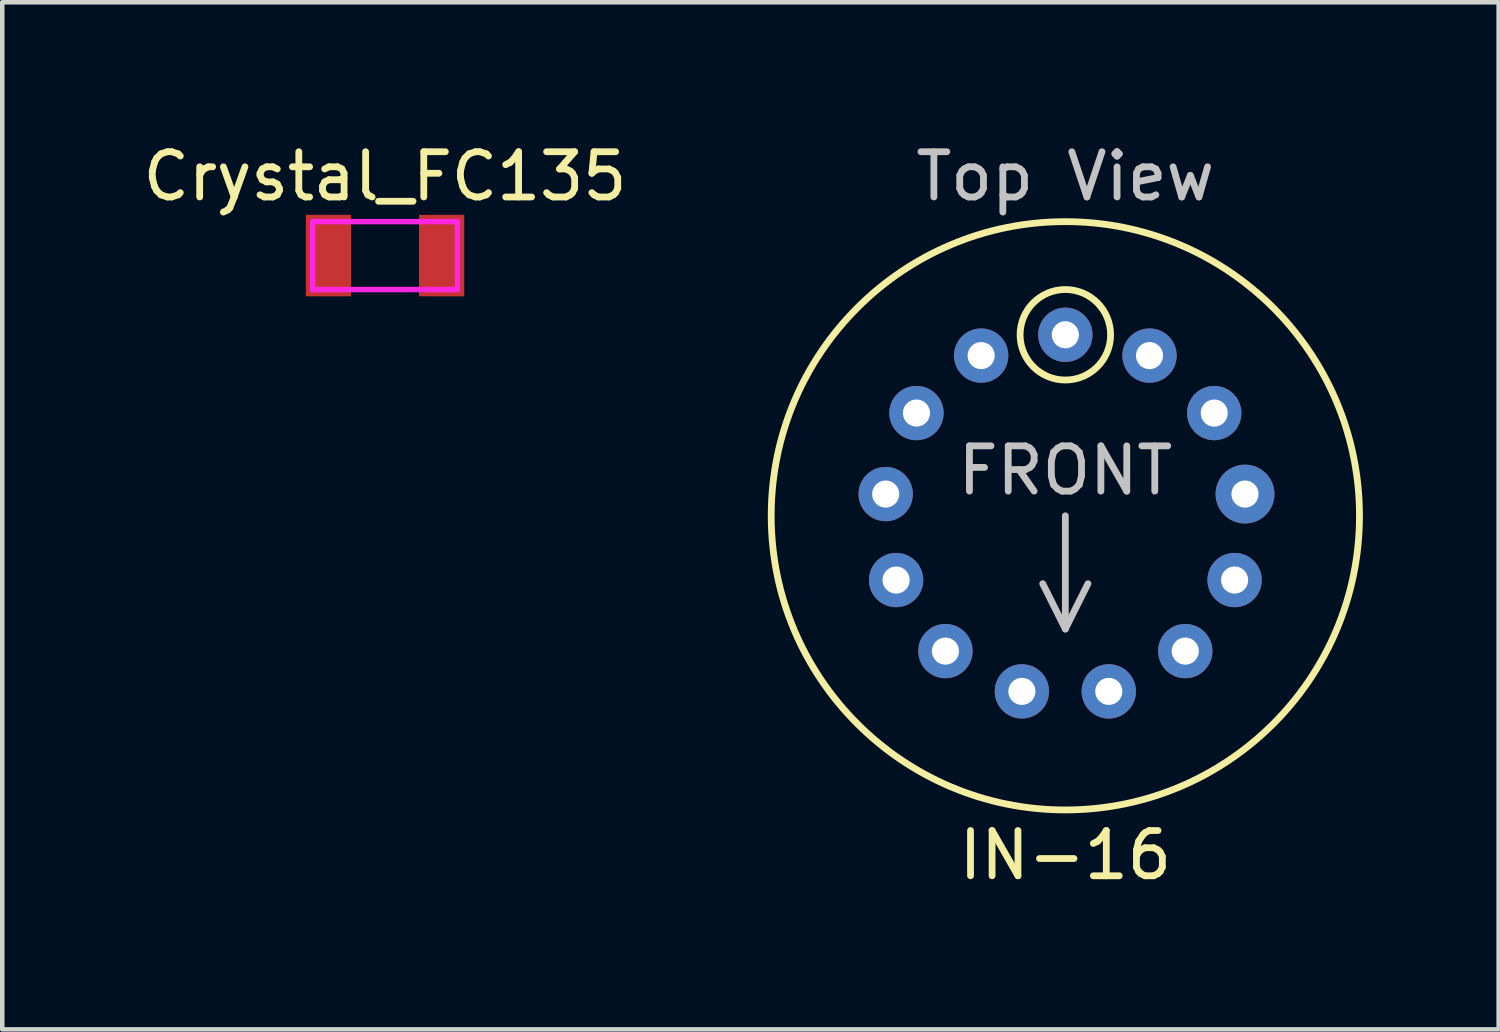
<source format=kicad_pcb>
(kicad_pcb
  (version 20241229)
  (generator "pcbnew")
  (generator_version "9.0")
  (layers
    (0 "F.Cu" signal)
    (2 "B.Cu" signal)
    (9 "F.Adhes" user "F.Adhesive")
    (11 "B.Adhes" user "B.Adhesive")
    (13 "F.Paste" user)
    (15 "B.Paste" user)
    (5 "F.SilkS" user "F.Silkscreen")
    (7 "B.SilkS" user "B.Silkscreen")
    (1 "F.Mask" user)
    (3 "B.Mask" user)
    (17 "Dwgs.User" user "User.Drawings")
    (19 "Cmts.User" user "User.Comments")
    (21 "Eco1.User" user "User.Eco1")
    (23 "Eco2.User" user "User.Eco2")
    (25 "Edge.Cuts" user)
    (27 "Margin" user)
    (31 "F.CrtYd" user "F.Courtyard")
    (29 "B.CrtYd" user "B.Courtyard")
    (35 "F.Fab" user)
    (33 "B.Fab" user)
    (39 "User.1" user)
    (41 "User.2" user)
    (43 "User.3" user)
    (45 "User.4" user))
  (footprint "Crystal_FC135"
    (layer "F.Cu")
    (at 5.458 2.598)
    (property "Reference" "Crystal_FC135" (at 0 -1.75 0) (unlocked yes) (layer "F.SilkS") (effects (font (size 1 1) (thickness 0.15))))
    (attr smd)
    (fp_line (start -1.6 -0.75) (end -1.6 0.75) (stroke (width 0.12) (type solid)) (layer "F.CrtYd"))
    (fp_line (start -1.6 -0.75) (end 1.6 -0.75) (stroke (width 0.12) (type solid)) (layer "F.CrtYd"))
    (fp_line (start 1.6 -0.75) (end 1.6 0.75) (stroke (width 0.12) (type solid)) (layer "F.CrtYd"))
    (fp_line (start 1.6 0.75) (end -1.6 0.75) (stroke (width 0.12) (type solid)) (layer "F.CrtYd"))
    (pad "1" smd rect (at -1.25 0) (size 1 1.8) (layers "F.Cu" "F.Mask" "F.Paste"))
    (pad "2" smd rect (at 1.25 0) (size 1 1.8) (layers "F.Cu" "F.Mask" "F.Paste")))
  (footprint "IN-16"
    (layer "F.Cu")
    (at 20.492 8.348)
    (property "Reference" "IN-16" (at 0 7.5 0) (layer "F.SilkS") (effects (font (size 1 1) (thickness 0.15))))
    (attr through_hole)
    (fp_circle (center 0 -4) (end 0 -3) (stroke (width 0.15) (type solid)) (fill no) (layer "F.SilkS"))
    (fp_circle (center 0 0) (end 6.5 0) (stroke (width 0.15) (type solid)) (fill no) (layer "F.SilkS"))
    (fp_line (start 0 0) (end 0 2.5) (stroke (width 0.15) (type solid)) (layer "Dwgs.User"))
    (fp_line (start 0 2.5) (end -0.5 1.5) (stroke (width 0.15) (type solid)) (layer "Dwgs.User"))
    (fp_line (start 0 2.5) (end 0.5 1.5) (stroke (width 0.15) (type solid)) (layer "Dwgs.User"))
    (fp_text user "Top View" (at 0 -7.5 0) (layer "Dwgs.User") (effects (font (size 1 1) (thickness 0.15))))
    (fp_text user "FRONT" (at 0 -1 0) (layer "Dwgs.User") (effects (font (size 1 1) (thickness 0.15))))
    (pad "1" thru_hole circle (at 0 -4) (size 1.2 1.2) (drill 0.6) (layers "*.Cu" "*.Mask"))
    (pad "2" thru_hole circle (at -1.86 -3.54) (size 1.2 1.2) (drill 0.6) (layers "*.Cu" "*.Mask"))
    (pad "3" thru_hole circle (at -3.29 -2.27) (size 1.2 1.2) (drill 0.6) (layers "*.Cu" "*.Mask"))
    (pad "4" thru_hole circle (at -3.97 -0.48) (size 1.2 1.2) (drill 0.6) (layers "*.Cu" "*.Mask"))
    (pad "5" thru_hole circle (at -3.74 1.42) (size 1.2 1.2) (drill 0.6) (layers "*.Cu" "*.Mask"))
    (pad "6" thru_hole circle (at -2.65 2.99) (size 1.2 1.2) (drill 0.6) (layers "*.Cu" "*.Mask"))
    (pad "7" thru_hole circle (at -0.96 3.88) (size 1.2 1.2) (drill 0.6) (layers "*.Cu" "*.Mask"))
    (pad "8" thru_hole circle (at 0.96 3.88) (size 1.2 1.2) (drill 0.6) (layers "*.Cu" "*.Mask"))
    (pad "9" thru_hole circle (at 2.65 2.99) (size 1.2 1.2) (drill 0.6) (layers "*.Cu" "*.Mask"))
    (pad "10" thru_hole circle (at 3.74 1.42) (size 1.2 1.2) (drill 0.6) (layers "*.Cu" "*.Mask"))
    (pad "11" thru_hole circle (at 3.97 -0.48) (size 1.3 1.3) (drill 0.6) (layers "*.Cu" "*.Mask"))
    (pad "12" thru_hole circle (at 3.29 -2.27) (size 1.2 1.2) (drill 0.6) (layers "*.Cu" "*.Mask"))
    (pad "13" thru_hole circle (at 1.86 -3.54) (size 1.2 1.2) (drill 0.6) (layers "*.Cu" "*.Mask")))
  (gr_rect
    (start -3 -3)
    (end 30.067 19.697)
    (stroke (width 0.1) (type default))
    (fill no)
    (layer "Edge.Cuts")))
</source>
